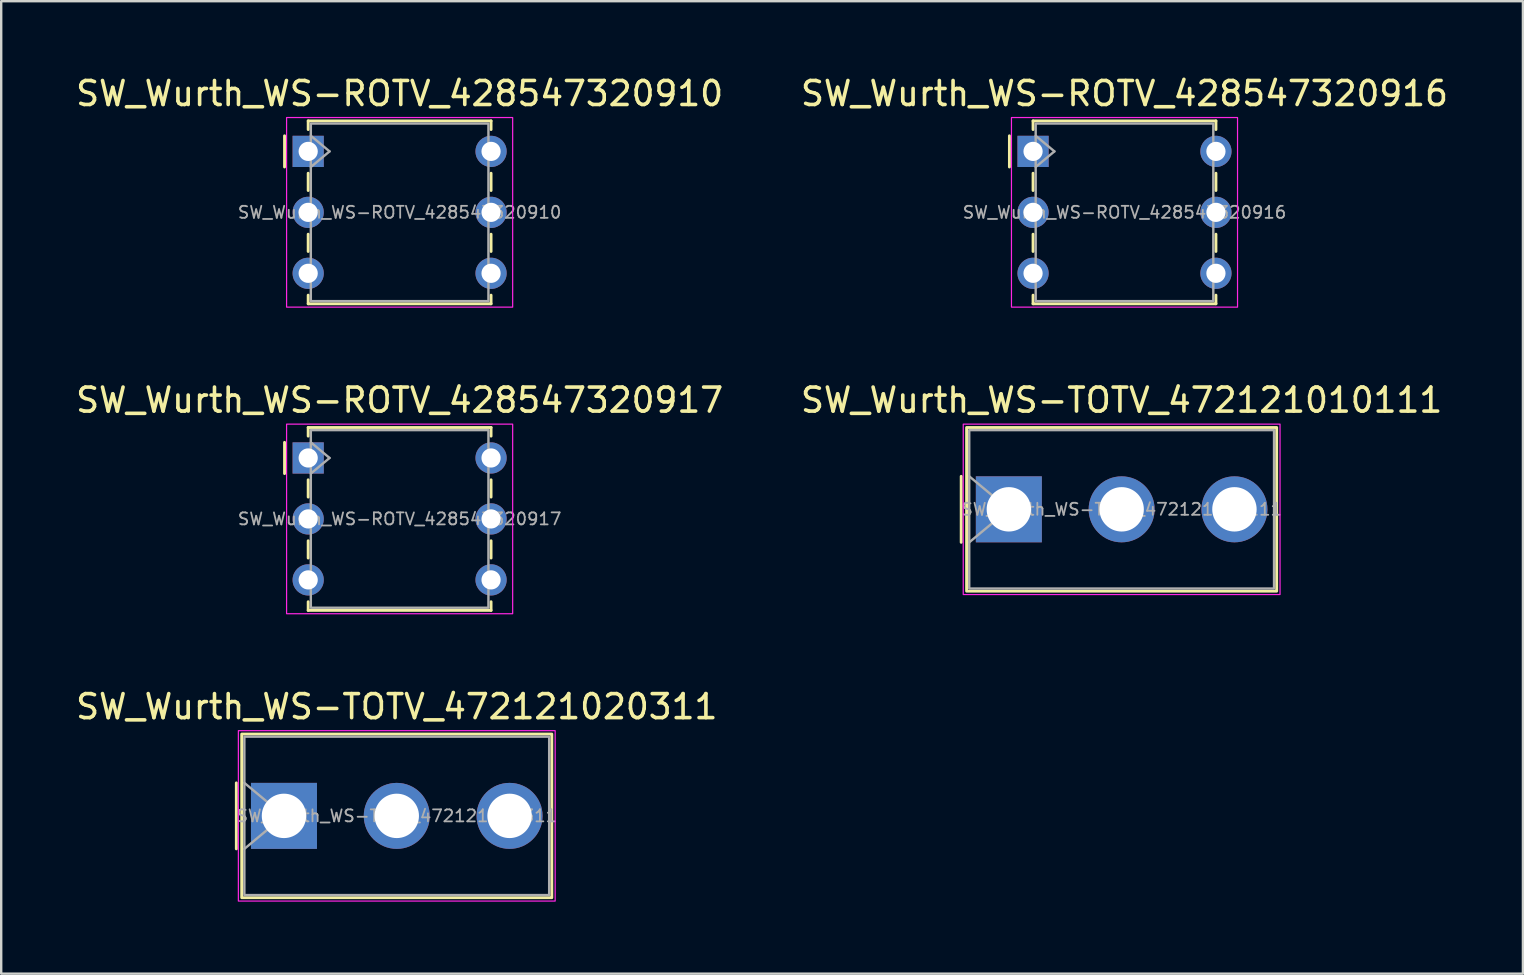
<source format=kicad_pcb>
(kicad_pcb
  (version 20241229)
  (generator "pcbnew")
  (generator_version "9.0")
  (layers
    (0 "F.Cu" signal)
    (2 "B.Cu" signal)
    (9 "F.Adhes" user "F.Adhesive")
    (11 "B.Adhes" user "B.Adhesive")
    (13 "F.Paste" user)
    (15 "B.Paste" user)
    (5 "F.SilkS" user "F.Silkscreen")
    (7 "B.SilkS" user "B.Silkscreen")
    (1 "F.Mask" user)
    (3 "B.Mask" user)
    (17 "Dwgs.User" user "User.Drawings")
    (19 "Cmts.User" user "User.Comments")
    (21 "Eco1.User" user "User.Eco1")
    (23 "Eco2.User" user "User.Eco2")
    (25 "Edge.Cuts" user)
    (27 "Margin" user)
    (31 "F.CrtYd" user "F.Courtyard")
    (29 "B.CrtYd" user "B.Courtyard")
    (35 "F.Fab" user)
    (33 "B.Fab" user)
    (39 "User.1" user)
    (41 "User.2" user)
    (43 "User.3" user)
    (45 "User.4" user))
  (footprint "SW_Wurth_WS-ROTV_428547320917"
    (layer "F.Cu")
    (at 9.791 16.032)
    (property "Reference" "SW_Wurth_WS-ROTV_428547320917" (at 3.81 -2.41 0) (unlocked yes) (layer "F.SilkS") (effects (font (size 1 1) (thickness 0.15))))
    (attr smd)
    (fp_line (start -0.985 -0.65) (end -0.985 0.65) (stroke (width 0.12) (type solid)) (layer "F.SilkS"))
    (fp_line (start 0 -1.27) (end 0 -0.91) (stroke (width 0.12) (type solid)) (layer "F.SilkS"))
    (fp_line (start 0 -1.27) (end 7.62 -1.27) (stroke (width 0.12) (type solid)) (layer "F.SilkS"))
    (fp_line (start 0 0.91) (end 0 1.63) (stroke (width 0.12) (type default)) (layer "F.SilkS"))
    (fp_line (start 0 3.45) (end 0 4.17) (stroke (width 0.12) (type default)) (layer "F.SilkS"))
    (fp_line (start 0 6.35) (end 0 5.99) (stroke (width 0.12) (type solid)) (layer "F.SilkS"))
    (fp_line (start 0 6.35) (end 7.62 6.35) (stroke (width 0.12) (type solid)) (layer "F.SilkS"))
    (fp_line (start 7.62 -1.27) (end 7.62 -0.91) (stroke (width 0.12) (type solid)) (layer "F.SilkS"))
    (fp_line (start 7.62 0.91) (end 7.62 1.63) (stroke (width 0.12) (type default)) (layer "F.SilkS"))
    (fp_line (start 7.62 3.45) (end 7.62 4.17) (stroke (width 0.12) (type default)) (layer "F.SilkS"))
    (fp_line (start 7.62 6.35) (end 7.62 5.99) (stroke (width 0.12) (type solid)) (layer "F.SilkS"))
    (fp_rect (start -0.9 -1.41) (end 8.52 6.49) (stroke (width 0.05) (type solid)) (fill no) (layer "F.CrtYd"))
    (fp_line (start 0.11 -0.65) (end 0.89 0) (stroke (width 0.1) (type solid)) (layer "F.Fab"))
    (fp_line (start 0.11 0.65) (end 0.89 0) (stroke (width 0.1) (type solid)) (layer "F.Fab"))
    (fp_rect (start 0.11 -1.16) (end 7.51 6.24) (stroke (width 0.1) (type solid)) (fill no) (layer "F.Fab"))
    (fp_text user "${REFERENCE}" (at 3.81 2.54 0) (unlocked yes) (layer "F.Fab") (effects (font (size 0.5 0.5) (thickness 0.075))))
    (pad "1" thru_hole rect (at 0 0) (size 1.3 1.3) (drill 0.8) (layers "*.Cu" "*.Mask"))
    (pad "2" thru_hole circle (at 7.62 5.08) (size 1.3 1.3) (drill 0.8) (layers "*.Cu" "*.Mask"))
    (pad "4" thru_hole circle (at 0 5.08) (size 1.3 1.3) (drill 0.8) (layers "*.Cu" "*.Mask"))
    (pad "8" thru_hole circle (at 7.62 0) (size 1.3 1.3) (drill 0.8) (layers "*.Cu" "*.Mask"))
    (pad "C1" thru_hole circle (at 0 2.54) (size 1.3 1.3) (drill 0.8) (layers "*.Cu" "*.Mask"))
    (pad "C2" thru_hole circle (at 7.62 2.54) (size 1.3 1.3) (drill 0.8) (layers "*.Cu" "*.Mask")))
  (footprint "SW_Wurth_WS-ROTV_428547320916"
    (layer "F.Cu")
    (at 39.994 3.258)
    (property "Reference" "SW_Wurth_WS-ROTV_428547320916" (at 3.81 -2.41 0) (unlocked yes) (layer "F.SilkS") (effects (font (size 1 1) (thickness 0.15))))
    (attr smd)
    (fp_line (start -0.985 -0.65) (end -0.985 0.65) (stroke (width 0.12) (type solid)) (layer "F.SilkS"))
    (fp_line (start 0 -1.27) (end 0 -0.91) (stroke (width 0.12) (type solid)) (layer "F.SilkS"))
    (fp_line (start 0 -1.27) (end 7.62 -1.27) (stroke (width 0.12) (type solid)) (layer "F.SilkS"))
    (fp_line (start 0 0.91) (end 0 1.63) (stroke (width 0.12) (type default)) (layer "F.SilkS"))
    (fp_line (start 0 3.45) (end 0 4.17) (stroke (width 0.12) (type default)) (layer "F.SilkS"))
    (fp_line (start 0 6.35) (end 0 5.99) (stroke (width 0.12) (type solid)) (layer "F.SilkS"))
    (fp_line (start 0 6.35) (end 7.62 6.35) (stroke (width 0.12) (type solid)) (layer "F.SilkS"))
    (fp_line (start 7.62 -1.27) (end 7.62 -0.91) (stroke (width 0.12) (type solid)) (layer "F.SilkS"))
    (fp_line (start 7.62 0.91) (end 7.62 1.63) (stroke (width 0.12) (type default)) (layer "F.SilkS"))
    (fp_line (start 7.62 3.45) (end 7.62 4.17) (stroke (width 0.12) (type default)) (layer "F.SilkS"))
    (fp_line (start 7.62 6.35) (end 7.62 5.99) (stroke (width 0.12) (type solid)) (layer "F.SilkS"))
    (fp_rect (start -0.9 -1.41) (end 8.52 6.49) (stroke (width 0.05) (type solid)) (fill no) (layer "F.CrtYd"))
    (fp_line (start 0.11 -0.65) (end 0.89 0) (stroke (width 0.1) (type solid)) (layer "F.Fab"))
    (fp_line (start 0.11 0.65) (end 0.89 0) (stroke (width 0.1) (type solid)) (layer "F.Fab"))
    (fp_rect (start 0.11 -1.16) (end 7.51 6.24) (stroke (width 0.1) (type solid)) (fill no) (layer "F.Fab"))
    (fp_text user "${REFERENCE}" (at 3.81 2.54 0) (unlocked yes) (layer "F.Fab") (effects (font (size 0.5 0.5) (thickness 0.075))))
    (pad "1" thru_hole rect (at 0 0) (size 1.3 1.3) (drill 0.8) (layers "*.Cu" "*.Mask"))
    (pad "2" thru_hole circle (at 7.62 5.08) (size 1.3 1.3) (drill 0.8) (layers "*.Cu" "*.Mask"))
    (pad "4" thru_hole circle (at 0 5.08) (size 1.3 1.3) (drill 0.8) (layers "*.Cu" "*.Mask"))
    (pad "8" thru_hole circle (at 7.62 0) (size 1.3 1.3) (drill 0.8) (layers "*.Cu" "*.Mask"))
    (pad "C1" thru_hole circle (at 0 2.54) (size 1.3 1.3) (drill 0.8) (layers "*.Cu" "*.Mask"))
    (pad "C2" thru_hole circle (at 7.62 2.54) (size 1.3 1.3) (drill 0.8) (layers "*.Cu" "*.Mask")))
  (footprint "SW_Wurth_WS-ROTV_428547320910"
    (layer "F.Cu")
    (at 9.791 3.258)
    (property "Reference" "SW_Wurth_WS-ROTV_428547320910" (at 3.81 -2.41 0) (unlocked yes) (layer "F.SilkS") (effects (font (size 1 1) (thickness 0.15))))
    (attr smd)
    (fp_line (start -0.985 -0.65) (end -0.985 0.65) (stroke (width 0.12) (type solid)) (layer "F.SilkS"))
    (fp_line (start 0 -1.27) (end 0 -0.91) (stroke (width 0.12) (type solid)) (layer "F.SilkS"))
    (fp_line (start 0 -1.27) (end 7.62 -1.27) (stroke (width 0.12) (type solid)) (layer "F.SilkS"))
    (fp_line (start 0 0.91) (end 0 1.63) (stroke (width 0.12) (type default)) (layer "F.SilkS"))
    (fp_line (start 0 3.45) (end 0 4.17) (stroke (width 0.12) (type default)) (layer "F.SilkS"))
    (fp_line (start 0 6.35) (end 0 5.99) (stroke (width 0.12) (type solid)) (layer "F.SilkS"))
    (fp_line (start 0 6.35) (end 7.62 6.35) (stroke (width 0.12) (type solid)) (layer "F.SilkS"))
    (fp_line (start 7.62 -1.27) (end 7.62 -0.91) (stroke (width 0.12) (type solid)) (layer "F.SilkS"))
    (fp_line (start 7.62 0.91) (end 7.62 1.63) (stroke (width 0.12) (type default)) (layer "F.SilkS"))
    (fp_line (start 7.62 3.45) (end 7.62 4.17) (stroke (width 0.12) (type default)) (layer "F.SilkS"))
    (fp_line (start 7.62 6.35) (end 7.62 5.99) (stroke (width 0.12) (type solid)) (layer "F.SilkS"))
    (fp_rect (start -0.9 -1.41) (end 8.52 6.49) (stroke (width 0.05) (type solid)) (fill no) (layer "F.CrtYd"))
    (fp_line (start 0.11 -0.65) (end 0.89 0) (stroke (width 0.1) (type solid)) (layer "F.Fab"))
    (fp_line (start 0.11 0.65) (end 0.89 0) (stroke (width 0.1) (type solid)) (layer "F.Fab"))
    (fp_rect (start 0.11 -1.16) (end 7.51 6.24) (stroke (width 0.1) (type solid)) (fill no) (layer "F.Fab"))
    (fp_text user "${REFERENCE}" (at 3.81 2.54 0) (unlocked yes) (layer "F.Fab") (effects (font (size 0.5 0.5) (thickness 0.075))))
    (pad "1" thru_hole rect (at 0 0) (size 1.3 1.3) (drill 0.8) (layers "*.Cu" "*.Mask"))
    (pad "2" thru_hole circle (at 7.62 5.08) (size 1.3 1.3) (drill 0.8) (layers "*.Cu" "*.Mask"))
    (pad "4" thru_hole circle (at 0 5.08) (size 1.3 1.3) (drill 0.8) (layers "*.Cu" "*.Mask"))
    (pad "8" thru_hole circle (at 7.62 0) (size 1.3 1.3) (drill 0.8) (layers "*.Cu" "*.Mask"))
    (pad "C1" thru_hole circle (at 0 2.54) (size 1.3 1.3) (drill 0.8) (layers "*.Cu" "*.Mask"))
    (pad "C2" thru_hole circle (at 7.62 2.54) (size 1.3 1.3) (drill 0.8) (layers "*.Cu" "*.Mask")))
  (footprint "SW_Wurth_WS-TOTV_472121010111"
    (layer "F.Cu")
    (at 38.985 18.172)
    (property "Reference" "SW_Wurth_WS-TOTV_472121010111" (at 4.7 -4.55 0) (unlocked yes) (layer "F.SilkS") (effects (font (size 1 1) (thickness 0.15))))
    (attr through_hole)
    (fp_line (start -1.985 -1.375) (end -1.985 1.375) (stroke (width 0.12) (type solid)) (layer "F.SilkS"))
    (fp_rect (start -1.76 -3.41) (end 11.16 3.41) (stroke (width 0.12) (type solid)) (fill no) (layer "F.SilkS"))
    (fp_rect (start -1.9 -3.55) (end 11.3 3.55) (stroke (width 0.05) (type solid)) (fill no) (layer "F.CrtYd"))
    (fp_line (start -1.65 -1.375) (end 0 0) (stroke (width 0.1) (type solid)) (layer "F.Fab"))
    (fp_line (start -1.65 1.375) (end 0 0) (stroke (width 0.1) (type solid)) (layer "F.Fab"))
    (fp_rect (start -1.65 -3.3) (end 11.05 3.3) (stroke (width 0.1) (type solid)) (fill no) (layer "F.Fab"))
    (fp_text user "${REFERENCE}" (at 4.7 0 0) (unlocked yes) (layer "F.Fab") (effects (font (size 0.5 0.5) (thickness 0.075))))
    (pad "1" thru_hole rect (at 0 0) (size 2.75 2.75) (drill 1.85) (layers "*.Cu" "*.Mask"))
    (pad "2" thru_hole circle (at 4.7 0) (size 2.75 2.75) (drill 1.85) (layers "*.Cu" "*.Mask"))
    (pad "3" thru_hole circle (at 9.4 0) (size 2.75 2.75) (drill 1.85) (layers "*.Cu" "*.Mask")))
  (footprint "SW_Wurth_WS-TOTV_472121020311"
    (layer "F.Cu")
    (at 8.782 30.945)
    (property "Reference" "SW_Wurth_WS-TOTV_472121020311" (at 4.7 -4.55 0) (unlocked yes) (layer "F.SilkS") (effects (font (size 1 1) (thickness 0.15))))
    (attr through_hole)
    (fp_line (start -1.985 -1.375) (end -1.985 1.375) (stroke (width 0.12) (type solid)) (layer "F.SilkS"))
    (fp_rect (start -1.76 -3.41) (end 11.16 3.41) (stroke (width 0.12) (type solid)) (fill no) (layer "F.SilkS"))
    (fp_rect (start -1.9 -3.55) (end 11.3 3.55) (stroke (width 0.05) (type solid)) (fill no) (layer "F.CrtYd"))
    (fp_line (start -1.65 -1.375) (end 0 0) (stroke (width 0.1) (type solid)) (layer "F.Fab"))
    (fp_line (start -1.65 1.375) (end 0 0) (stroke (width 0.1) (type solid)) (layer "F.Fab"))
    (fp_rect (start -1.65 -3.3) (end 11.05 3.3) (stroke (width 0.1) (type solid)) (fill no) (layer "F.Fab"))
    (fp_text user "${REFERENCE}" (at 4.7 0 0) (unlocked yes) (layer "F.Fab") (effects (font (size 0.5 0.5) (thickness 0.075))))
    (pad "1" thru_hole rect (at 0 0) (size 2.75 2.75) (drill 1.85) (layers "*.Cu" "*.Mask"))
    (pad "2" thru_hole circle (at 4.7 0) (size 2.75 2.75) (drill 1.85) (layers "*.Cu" "*.Mask"))
    (pad "3" thru_hole circle (at 9.4 0) (size 2.75 2.75) (drill 1.85) (layers "*.Cu" "*.Mask")))
  (gr_rect
    (start -3 -3)
    (end 60.405 37.52)
    (stroke (width 0.1) (type default))
    (fill no)
    (layer "Edge.Cuts")))
</source>
